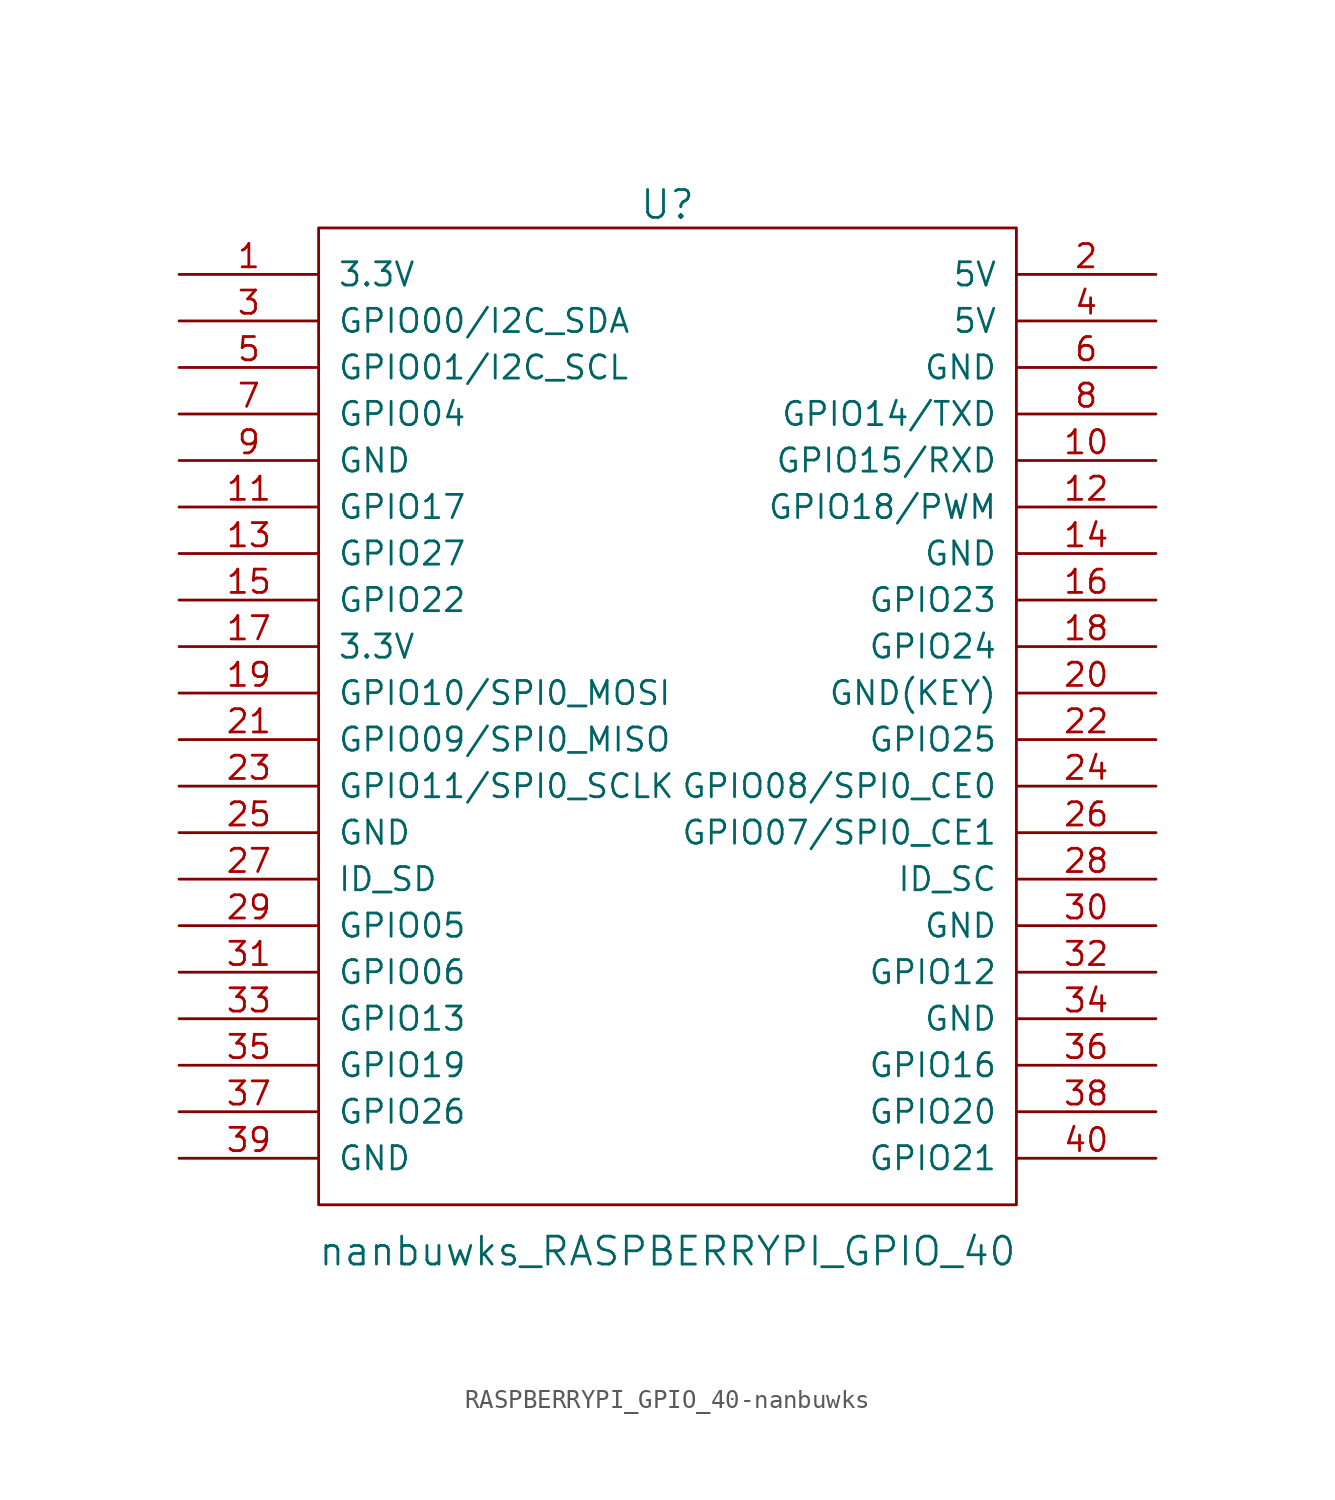
<source format=kicad_sym>
(kicad_symbol_lib
  (version 20220914)
  (generator kicad_symbol_editor)
  (symbol "RASPBERRYPI_GPIO_40-nanbuwks"
    (pin_names
      (offset 1.016))
    (property "Reference" "U"
      (at 0 19.05 0)
      (effects (font (size 1.524 1.524))))
    (property "Value" "nanbuwks_RASPBERRYPI_GPIO_40"
      (at 0 -38.1 0)
      (effects (font (size 1.524 1.524))))
    (property "Footprint" ""
      (at 0 -21.59 0)
      (effects (font (size 1.524 1.524))))
    (property "Datasheet" ""
      (at 0 -21.59 0)
      (effects (font (size 1.524 1.524))))
    (symbol "RASPBERRYPI_GPIO_40-nanbuwks_0_1"
      (rectangle (start -19.05 17.78) (end 19.05 -35.56) (stroke (width 0) (type solid)) (fill (type none))))
    (symbol "RASPBERRYPI_GPIO_40-nanbuwks_1_1"
      (pin input line (at -26.67 15.24 0) (length 7.62) (name "3.3V" (effects (font (size 1.27 1.27)))) (number "1" (effects (font (size 1.27 1.27)))))
      (pin input line (at 26.67 5.08 180) (length 7.62) (name "GPIO15/RXD" (effects (font (size 1.27 1.27)))) (number "10" (effects (font (size 1.27 1.27)))))
      (pin input line (at -26.67 2.54 0) (length 7.62) (name "GPIO17" (effects (font (size 1.27 1.27)))) (number "11" (effects (font (size 1.27 1.27)))))
      (pin input line (at 26.67 2.54 180) (length 7.62) (name "GPIO18/PWM" (effects (font (size 1.27 1.27)))) (number "12" (effects (font (size 1.27 1.27)))))
      (pin input line (at -26.67 0 0) (length 7.62) (name "GPIO27" (effects (font (size 1.27 1.27)))) (number "13" (effects (font (size 1.27 1.27)))))
      (pin input line (at 26.67 0 180) (length 7.62) (name "GND" (effects (font (size 1.27 1.27)))) (number "14" (effects (font (size 1.27 1.27)))))
      (pin input line (at -26.67 -2.54 0) (length 7.62) (name "GPIO22" (effects (font (size 1.27 1.27)))) (number "15" (effects (font (size 1.27 1.27)))))
      (pin input line (at 26.67 -2.54 180) (length 7.62) (name "GPIO23" (effects (font (size 1.27 1.27)))) (number "16" (effects (font (size 1.27 1.27)))))
      (pin input line (at -26.67 -5.08 0) (length 7.62) (name "3.3V" (effects (font (size 1.27 1.27)))) (number "17" (effects (font (size 1.27 1.27)))))
      (pin input line (at 26.67 -5.08 180) (length 7.62) (name "GPIO24" (effects (font (size 1.27 1.27)))) (number "18" (effects (font (size 1.27 1.27)))))
      (pin input line (at -26.67 -7.62 0) (length 7.62) (name "GPIO10/SPI0_MOSI" (effects (font (size 1.27 1.27)))) (number "19" (effects (font (size 1.27 1.27)))))
      (pin input line (at 26.67 15.24 180) (length 7.62) (name "5V" (effects (font (size 1.27 1.27)))) (number "2" (effects (font (size 1.27 1.27)))))
      (pin input line (at 26.67 -7.62 180) (length 7.62) (name "GND(KEY)" (effects (font (size 1.27 1.27)))) (number "20" (effects (font (size 1.27 1.27)))))
      (pin input line (at -26.67 -10.16 0) (length 7.62) (name "GPIO09/SPI0_MISO" (effects (font (size 1.27 1.27)))) (number "21" (effects (font (size 1.27 1.27)))))
      (pin input line (at 26.67 -10.16 180) (length 7.62) (name "GPIO25" (effects (font (size 1.27 1.27)))) (number "22" (effects (font (size 1.27 1.27)))))
      (pin input line (at -26.67 -12.7 0) (length 7.62) (name "GPIO11/SPI0_SCLK" (effects (font (size 1.27 1.27)))) (number "23" (effects (font (size 1.27 1.27)))))
      (pin input line (at 26.67 -12.7 180) (length 7.62) (name "GPIO08/SPI0_CE0" (effects (font (size 1.27 1.27)))) (number "24" (effects (font (size 1.27 1.27)))))
      (pin input line (at -26.67 -15.24 0) (length 7.62) (name "GND" (effects (font (size 1.27 1.27)))) (number "25" (effects (font (size 1.27 1.27)))))
      (pin input line (at 26.67 -15.24 180) (length 7.62) (name "GPIO07/SPI0_CE1" (effects (font (size 1.27 1.27)))) (number "26" (effects (font (size 1.27 1.27)))))
      (pin input line (at -26.67 -17.78 0) (length 7.62) (name "ID_SD" (effects (font (size 1.27 1.27)))) (number "27" (effects (font (size 1.27 1.27)))))
      (pin input line (at 26.67 -17.78 180) (length 7.62) (name "ID_SC" (effects (font (size 1.27 1.27)))) (number "28" (effects (font (size 1.27 1.27)))))
      (pin input line (at -26.67 -20.32 0) (length 7.62) (name "GPIO05" (effects (font (size 1.27 1.27)))) (number "29" (effects (font (size 1.27 1.27)))))
      (pin input line (at -26.67 12.7 0) (length 7.62) (name "GPIO00/I2C_SDA" (effects (font (size 1.27 1.27)))) (number "3" (effects (font (size 1.27 1.27)))))
      (pin input line (at 26.67 -20.32 180) (length 7.62) (name "GND" (effects (font (size 1.27 1.27)))) (number "30" (effects (font (size 1.27 1.27)))))
      (pin input line (at -26.67 -22.86 0) (length 7.62) (name "GPIO06" (effects (font (size 1.27 1.27)))) (number "31" (effects (font (size 1.27 1.27)))))
      (pin input line (at 26.67 -22.86 180) (length 7.62) (name "GPIO12" (effects (font (size 1.27 1.27)))) (number "32" (effects (font (size 1.27 1.27)))))
      (pin input line (at -26.67 -25.4 0) (length 7.62) (name "GPIO13" (effects (font (size 1.27 1.27)))) (number "33" (effects (font (size 1.27 1.27)))))
      (pin input line (at 26.67 -25.4 180) (length 7.62) (name "GND" (effects (font (size 1.27 1.27)))) (number "34" (effects (font (size 1.27 1.27)))))
      (pin input line (at -26.67 -27.94 0) (length 7.62) (name "GPIO19" (effects (font (size 1.27 1.27)))) (number "35" (effects (font (size 1.27 1.27)))))
      (pin input line (at 26.67 -27.94 180) (length 7.62) (name "GPIO16" (effects (font (size 1.27 1.27)))) (number "36" (effects (font (size 1.27 1.27)))))
      (pin input line (at -26.67 -30.48 0) (length 7.62) (name "GPIO26" (effects (font (size 1.27 1.27)))) (number "37" (effects (font (size 1.27 1.27)))))
      (pin input line (at 26.67 -30.48 180) (length 7.62) (name "GPIO20" (effects (font (size 1.27 1.27)))) (number "38" (effects (font (size 1.27 1.27)))))
      (pin input line (at -26.67 -33.02 0) (length 7.62) (name "GND" (effects (font (size 1.27 1.27)))) (number "39" (effects (font (size 1.27 1.27)))))
      (pin input line (at 26.67 12.7 180) (length 7.62) (name "5V" (effects (font (size 1.27 1.27)))) (number "4" (effects (font (size 1.27 1.27)))))
      (pin input line (at 26.67 -33.02 180) (length 7.62) (name "GPIO21" (effects (font (size 1.27 1.27)))) (number "40" (effects (font (size 1.27 1.27)))))
      (pin input line (at -26.67 10.16 0) (length 7.62) (name "GPIO01/I2C_SCL" (effects (font (size 1.27 1.27)))) (number "5" (effects (font (size 1.27 1.27)))))
      (pin input line (at 26.67 10.16 180) (length 7.62) (name "GND" (effects (font (size 1.27 1.27)))) (number "6" (effects (font (size 1.27 1.27)))))
      (pin input line (at -26.67 7.62 0) (length 7.62) (name "GPIO04" (effects (font (size 1.27 1.27)))) (number "7" (effects (font (size 1.27 1.27)))))
      (pin input line (at 26.67 7.62 180) (length 7.62) (name "GPIO14/TXD" (effects (font (size 1.27 1.27)))) (number "8" (effects (font (size 1.27 1.27)))))
      (pin input line (at -26.67 5.08 0) (length 7.62) (name "GND" (effects (font (size 1.27 1.27)))) (number "9" (effects (font (size 1.27 1.27))))))))
</source>
